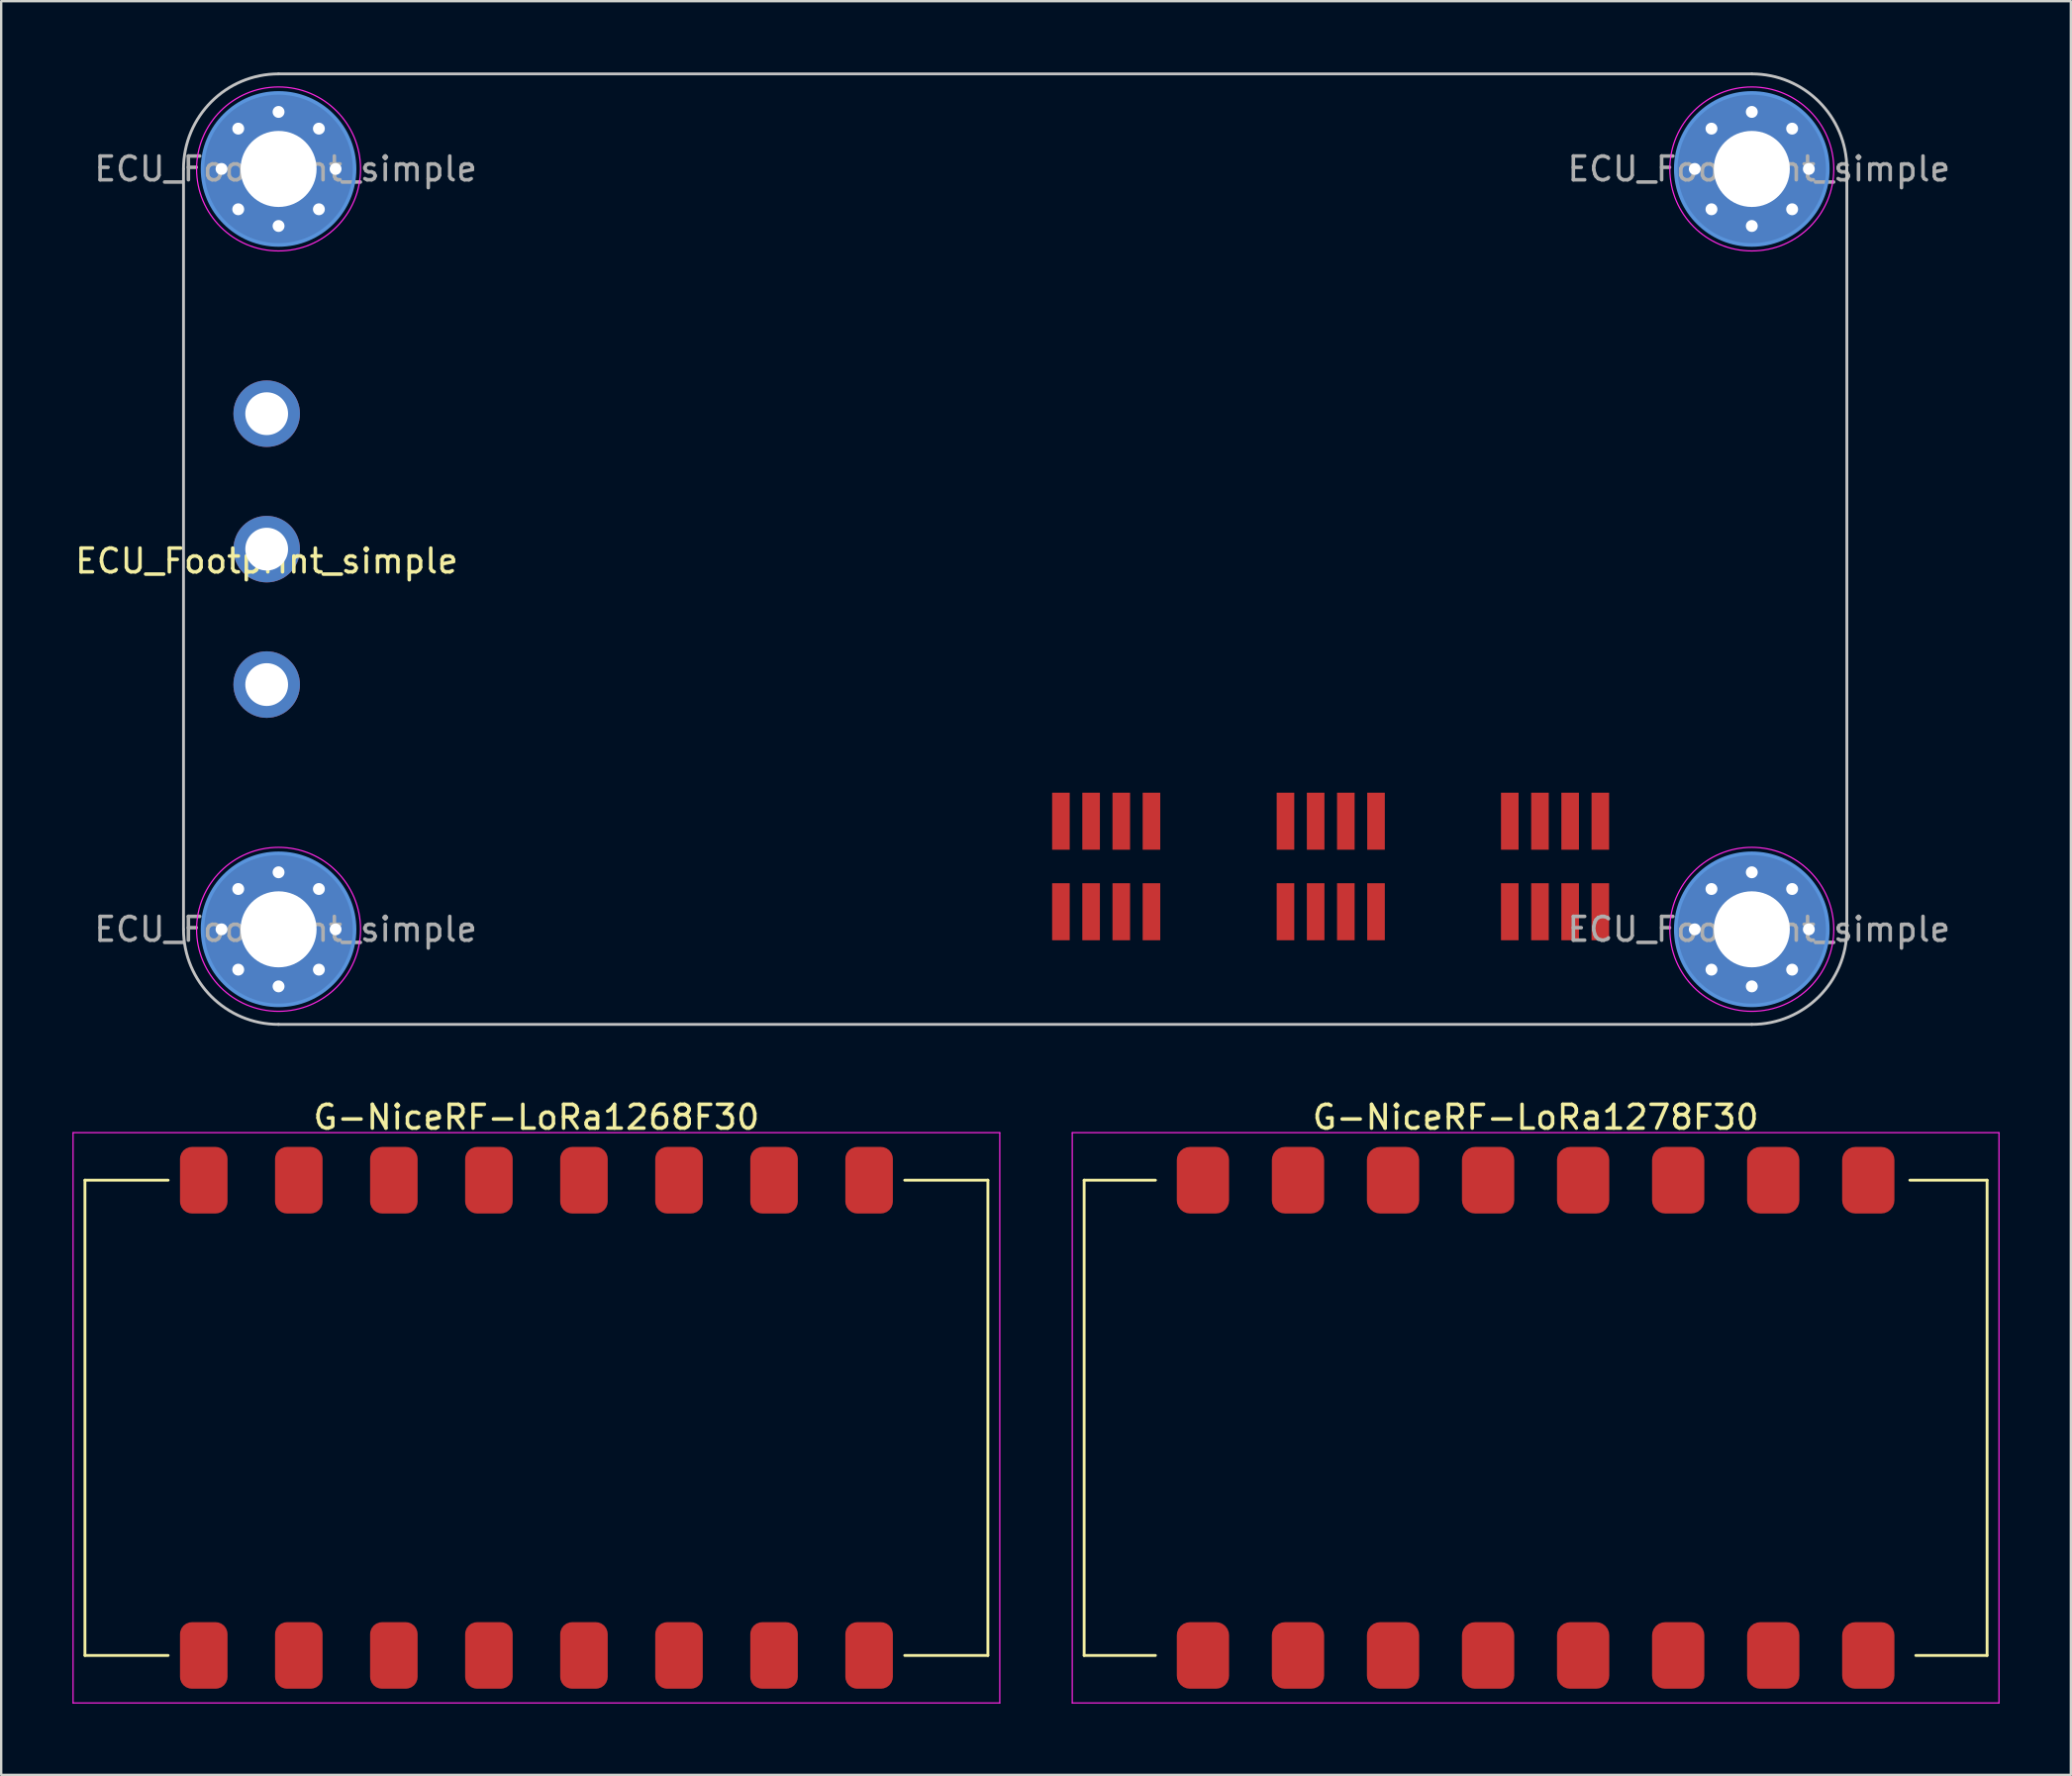
<source format=kicad_pcb>
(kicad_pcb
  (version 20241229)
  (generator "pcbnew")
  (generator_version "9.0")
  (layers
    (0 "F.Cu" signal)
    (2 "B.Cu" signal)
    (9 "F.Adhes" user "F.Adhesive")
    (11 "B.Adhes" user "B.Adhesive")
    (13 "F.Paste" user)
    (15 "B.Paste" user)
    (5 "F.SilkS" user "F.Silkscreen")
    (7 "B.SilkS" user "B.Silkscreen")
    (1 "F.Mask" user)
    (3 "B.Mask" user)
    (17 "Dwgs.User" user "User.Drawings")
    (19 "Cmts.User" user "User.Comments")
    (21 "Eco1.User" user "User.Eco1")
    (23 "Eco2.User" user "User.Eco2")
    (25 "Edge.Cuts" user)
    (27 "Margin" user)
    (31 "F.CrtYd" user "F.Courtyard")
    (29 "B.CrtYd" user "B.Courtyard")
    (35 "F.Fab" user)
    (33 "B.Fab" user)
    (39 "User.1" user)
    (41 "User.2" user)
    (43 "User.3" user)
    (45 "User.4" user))
  (footprint "ECU_Footprint_simple"
    (layer "F.Cu")
    (at 39.673 20.06)
    (property "Reference" "ECU_Footprint_simple" (at -31.5 0.5 0) (layer "F.SilkS") (effects (font (size 1 1) (thickness 0.15))))
    (attr through_hole)
    (fp_line (start -35 16) (end -35 -16) (stroke (width 0.12) (type solid)) (layer "Dwgs.User"))
    (fp_line (start -31 20) (end 31 20) (stroke (width 0.12) (type solid)) (layer "Dwgs.User"))
    (fp_line (start 31 -20) (end -31 -20) (stroke (width 0.12) (type solid)) (layer "Dwgs.User"))
    (fp_line (start 35 -16) (end 35 16) (stroke (width 0.12) (type solid)) (layer "Dwgs.User"))
    (fp_arc (start -35 -16) (mid -33.828427 -18.828427) (end -31 -20) (stroke (width 0.12) (type solid)) (layer "Dwgs.User"))
    (fp_arc (start -31 20) (mid -33.828427 18.828427) (end -35 16) (stroke (width 0.12) (type solid)) (layer "Dwgs.User"))
    (fp_arc (start 31 -20) (mid 33.828427 -18.828427) (end 35 -16) (stroke (width 0.12) (type solid)) (layer "Dwgs.User"))
    (fp_arc (start 35 16) (mid 33.828427 18.828427) (end 31 20) (stroke (width 0.12) (type solid)) (layer "Dwgs.User"))
    (fp_circle (center -31 -16) (end -27.8 -16) (stroke (width 0.15) (type solid)) (fill no) (layer "Cmts.User"))
    (fp_circle (center -31 16) (end -27.8 16) (stroke (width 0.15) (type solid)) (fill no) (layer "Cmts.User"))
    (fp_circle (center 31 -16) (end 34.2 -16) (stroke (width 0.15) (type solid)) (fill no) (layer "Cmts.User"))
    (fp_circle (center 31 16) (end 34.2 16) (stroke (width 0.15) (type solid)) (fill no) (layer "Cmts.User"))
    (fp_circle (center -31 -16) (end -27.55 -16) (stroke (width 0.05) (type solid)) (fill no) (layer "F.CrtYd"))
    (fp_circle (center -31 16) (end -27.55 16) (stroke (width 0.05) (type solid)) (fill no) (layer "F.CrtYd"))
    (fp_circle (center 31 -16) (end 34.45 -16) (stroke (width 0.05) (type solid)) (fill no) (layer "F.CrtYd"))
    (fp_circle (center 31 16) (end 34.45 16) (stroke (width 0.05) (type solid)) (fill no) (layer "F.CrtYd"))
    (fp_text user "${REFERENCE}" (at -30.7 -16 0) (layer "F.Fab") (effects (font (size 1 1) (thickness 0.15))))
    (fp_text user "${REFERENCE}" (at -30.7 16 0) (layer "F.Fab") (effects (font (size 1 1) (thickness 0.15))))
    (fp_text user "${REFERENCE}" (at 31.3 16 0) (layer "F.Fab") (effects (font (size 1 1) (thickness 0.15))))
    (fp_text user "${REFERENCE}" (at 31.3 -16 0) (layer "F.Fab") (effects (font (size 1 1) (thickness 0.15))))
    (pad "0" thru_hole circle (at -33.4 -16) (size 0.8 0.8) (drill 0.5) (layers "*.Cu" "*.Mask"))
    (pad "0" thru_hole circle (at -33.4 16) (size 0.8 0.8) (drill 0.5) (layers "*.Cu" "*.Mask"))
    (pad "0" thru_hole circle (at -32.697 -17.697) (size 0.8 0.8) (drill 0.5) (layers "*.Cu" "*.Mask"))
    (pad "0" thru_hole circle (at -32.697 -14.303) (size 0.8 0.8) (drill 0.5) (layers "*.Cu" "*.Mask"))
    (pad "0" thru_hole circle (at -32.697 14.303) (size 0.8 0.8) (drill 0.5) (layers "*.Cu" "*.Mask"))
    (pad "0" thru_hole circle (at -32.697 17.697) (size 0.8 0.8) (drill 0.5) (layers "*.Cu" "*.Mask"))
    (pad "0" thru_hole circle (at -31 -18.4) (size 0.8 0.8) (drill 0.5) (layers "*.Cu" "*.Mask"))
    (pad "0" thru_hole circle (at -31 -16) (size 6.4 6.4) (drill 3.2) (layers "*.Cu" "*.Mask"))
    (pad "0" thru_hole circle (at -31 -13.6) (size 0.8 0.8) (drill 0.5) (layers "*.Cu" "*.Mask"))
    (pad "0" thru_hole circle (at -31 13.6) (size 0.8 0.8) (drill 0.5) (layers "*.Cu" "*.Mask"))
    (pad "0" thru_hole circle (at -31 16) (size 6.4 6.4) (drill 3.2) (layers "*.Cu" "*.Mask"))
    (pad "0" thru_hole circle (at -31 18.4) (size 0.8 0.8) (drill 0.5) (layers "*.Cu" "*.Mask"))
    (pad "0" thru_hole circle (at -29.303 -17.697) (size 0.8 0.8) (drill 0.5) (layers "*.Cu" "*.Mask"))
    (pad "0" thru_hole circle (at -29.303 -14.303) (size 0.8 0.8) (drill 0.5) (layers "*.Cu" "*.Mask"))
    (pad "0" thru_hole circle (at -29.303 14.303) (size 0.8 0.8) (drill 0.5) (layers "*.Cu" "*.Mask"))
    (pad "0" thru_hole circle (at -29.303 17.697) (size 0.8 0.8) (drill 0.5) (layers "*.Cu" "*.Mask"))
    (pad "0" thru_hole circle (at -28.6 -16) (size 0.8 0.8) (drill 0.5) (layers "*.Cu" "*.Mask"))
    (pad "0" thru_hole circle (at -28.6 16) (size 0.8 0.8) (drill 0.5) (layers "*.Cu" "*.Mask"))
    (pad "0" thru_hole circle (at 28.6 -16) (size 0.8 0.8) (drill 0.5) (layers "*.Cu" "*.Mask"))
    (pad "0" thru_hole circle (at 28.6 16) (size 0.8 0.8) (drill 0.5) (layers "*.Cu" "*.Mask"))
    (pad "0" thru_hole circle (at 29.303 -17.697) (size 0.8 0.8) (drill 0.5) (layers "*.Cu" "*.Mask"))
    (pad "0" thru_hole circle (at 29.303 -14.303) (size 0.8 0.8) (drill 0.5) (layers "*.Cu" "*.Mask"))
    (pad "0" thru_hole circle (at 29.303 14.303) (size 0.8 0.8) (drill 0.5) (layers "*.Cu" "*.Mask"))
    (pad "0" thru_hole circle (at 29.303 17.697) (size 0.8 0.8) (drill 0.5) (layers "*.Cu" "*.Mask"))
    (pad "0" thru_hole circle (at 31 -18.4) (size 0.8 0.8) (drill 0.5) (layers "*.Cu" "*.Mask"))
    (pad "0" thru_hole circle (at 31 -16) (size 6.4 6.4) (drill 3.2) (layers "*.Cu" "*.Mask"))
    (pad "0" thru_hole circle (at 31 -13.6) (size 0.8 0.8) (drill 0.5) (layers "*.Cu" "*.Mask"))
    (pad "0" thru_hole circle (at 31 13.6) (size 0.8 0.8) (drill 0.5) (layers "*.Cu" "*.Mask"))
    (pad "0" thru_hole circle (at 31 16) (size 6.4 6.4) (drill 3.2) (layers "*.Cu" "*.Mask"))
    (pad "0" thru_hole circle (at 31 18.4) (size 0.8 0.8) (drill 0.5) (layers "*.Cu" "*.Mask"))
    (pad "0" thru_hole circle (at 32.697 -17.697) (size 0.8 0.8) (drill 0.5) (layers "*.Cu" "*.Mask"))
    (pad "0" thru_hole circle (at 32.697 -14.303) (size 0.8 0.8) (drill 0.5) (layers "*.Cu" "*.Mask"))
    (pad "0" thru_hole circle (at 32.697 14.303) (size 0.8 0.8) (drill 0.5) (layers "*.Cu" "*.Mask"))
    (pad "0" thru_hole circle (at 32.697 17.697) (size 0.8 0.8) (drill 0.5) (layers "*.Cu" "*.Mask"))
    (pad "0" thru_hole circle (at 33.4 -16) (size 0.8 0.8) (drill 0.5) (layers "*.Cu" "*.Mask"))
    (pad "0" thru_hole circle (at 33.4 16) (size 0.8 0.8) (drill 0.5) (layers "*.Cu" "*.Mask"))
    (pad "17" thru_hole circle (at -31.5 -5.7) (size 2.8 2.8) (drill 1.8) (layers "*.Cu" "*.Mask"))
    (pad "18" thru_hole circle (at -31.5 0) (size 2.8 2.8) (drill 1.8) (layers "*.Cu" "*.Mask"))
    (pad "19" thru_hole circle (at -31.5 5.7) (size 2.8 2.8) (drill 1.8) (layers "*.Cu" "*.Mask"))
    (pad "26" smd rect (at 24.625 11.45 90) (size 2.4 0.74) (layers "F.Cu" "F.Mask" "F.Paste"))
    (pad "27" smd rect (at 23.355 11.45 90) (size 2.4 0.74) (layers "F.Cu" "F.Mask" "F.Paste"))
    (pad "28" smd rect (at 22.085 11.45 90) (size 2.4 0.74) (layers "F.Cu" "F.Mask" "F.Paste"))
    (pad "29" smd rect (at 20.815 11.45 90) (size 2.4 0.74) (layers "F.Cu" "F.Mask" "F.Paste"))
    (pad "30" smd rect (at 15.185 11.45 90) (size 2.4 0.74) (layers "F.Cu" "F.Mask" "F.Paste"))
    (pad "31" smd rect (at 13.915 11.45 90) (size 2.4 0.74) (layers "F.Cu" "F.Mask" "F.Paste"))
    (pad "32" smd rect (at 12.645 11.45 90) (size 2.4 0.74) (layers "F.Cu" "F.Mask" "F.Paste"))
    (pad "33" smd rect (at 11.375 11.45 90) (size 2.4 0.74) (layers "F.Cu" "F.Mask" "F.Paste"))
    (pad "34" smd rect (at 5.735 11.45 90) (size 2.4 0.74) (layers "F.Cu" "F.Mask" "F.Paste"))
    (pad "35" smd rect (at 4.465 11.45 90) (size 2.4 0.74) (layers "F.Cu" "F.Mask" "F.Paste"))
    (pad "36" smd rect (at 3.195 11.45 90) (size 2.4 0.74) (layers "F.Cu" "F.Mask" "F.Paste"))
    (pad "37" smd rect (at 1.925 11.45 90) (size 2.4 0.74) (layers "F.Cu" "F.Mask" "F.Paste"))
    (pad "38" smd rect (at 20.815 15.26 90) (size 2.4 0.74) (layers "F.Cu" "F.Mask" "F.Paste"))
    (pad "39" smd rect (at 22.085 15.26 90) (size 2.4 0.74) (layers "F.Cu" "F.Mask" "F.Paste"))
    (pad "40" smd rect (at 23.355 15.26 90) (size 2.4 0.74) (layers "F.Cu" "F.Mask" "F.Paste"))
    (pad "41" smd rect (at 24.625 15.26 90) (size 2.4 0.74) (layers "F.Cu" "F.Mask" "F.Paste"))
    (pad "42" smd rect (at 11.375 15.26 90) (size 2.4 0.74) (layers "F.Cu" "F.Mask" "F.Paste"))
    (pad "43" smd rect (at 12.645 15.26 90) (size 2.4 0.74) (layers "F.Cu" "F.Mask" "F.Paste"))
    (pad "44" smd rect (at 13.915 15.26 90) (size 2.4 0.74) (layers "F.Cu" "F.Mask" "F.Paste"))
    (pad "45" smd rect (at 15.185 15.26 90) (size 2.4 0.74) (layers "F.Cu" "F.Mask" "F.Paste"))
    (pad "46" smd rect (at 1.925 15.26 90) (size 2.4 0.74) (layers "F.Cu" "F.Mask" "F.Paste"))
    (pad "47" smd rect (at 3.195 15.26 90) (size 2.4 0.74) (layers "F.Cu" "F.Mask" "F.Paste"))
    (pad "48" smd rect (at 4.465 15.26 90) (size 2.4 0.74) (layers "F.Cu" "F.Mask" "F.Paste"))
    (pad "49" smd rect (at 5.735 15.26 90) (size 2.4 0.74) (layers "F.Cu" "F.Mask" "F.Paste")))
  (footprint "G-NiceRF-LoRa1278F30"
    (layer "F.Cu")
    (at 61.575 56.618)
    (property "Reference" "G-NiceRF-LoRa1278F30" (at 0 -12.65 0) (layer "F.SilkS") (effects (font (size 1 1) (thickness 0.15))))
    (attr through_hole)
    (fp_line (start -19 -10) (end -19 10) (stroke (width 0.12) (type solid)) (layer "F.SilkS"))
    (fp_line (start -19 10) (end -16 10) (stroke (width 0.12) (type solid)) (layer "F.SilkS"))
    (fp_line (start -16 -10) (end -19 -10) (stroke (width 0.12) (type solid)) (layer "F.SilkS"))
    (fp_line (start 15.75 -10) (end 19 -10) (stroke (width 0.12) (type solid)) (layer "F.SilkS"))
    (fp_line (start 19 -10) (end 19 10) (stroke (width 0.12) (type solid)) (layer "F.SilkS"))
    (fp_line (start 19 10) (end 16 10) (stroke (width 0.12) (type solid)) (layer "F.SilkS"))
    (fp_line (start -19.5 -12) (end 19.5 -12) (stroke (width 0.05) (type solid)) (layer "F.CrtYd"))
    (fp_line (start -19.5 12) (end -19.5 -12) (stroke (width 0.05) (type solid)) (layer "F.CrtYd"))
    (fp_line (start 19.5 -12) (end 19.5 12) (stroke (width 0.05) (type solid)) (layer "F.CrtYd"))
    (fp_line (start 19.5 12) (end -19.5 12) (stroke (width 0.05) (type solid)) (layer "F.CrtYd"))
    (pad "1" smd roundrect (at -14 -10) (size 2.2 2.8) (layers "F.Cu" "F.Mask" "F.Paste") (roundrect_rratio 0.25))
    (pad "2" smd roundrect (at -10 -10) (size 2.2 2.8) (layers "F.Cu" "F.Mask" "F.Paste") (roundrect_rratio 0.25))
    (pad "3" smd roundrect (at -6 -10) (size 2.2 2.8) (layers "F.Cu" "F.Mask" "F.Paste") (roundrect_rratio 0.25))
    (pad "4" smd roundrect (at -2 -10) (size 2.2 2.8) (layers "F.Cu" "F.Mask" "F.Paste") (roundrect_rratio 0.25))
    (pad "5" smd roundrect (at 2 -10) (size 2.2 2.8) (layers "F.Cu" "F.Mask" "F.Paste") (roundrect_rratio 0.25))
    (pad "6" smd roundrect (at 6 -10) (size 2.2 2.8) (layers "F.Cu" "F.Mask" "F.Paste") (roundrect_rratio 0.25))
    (pad "7" smd roundrect (at 10 -10) (size 2.2 2.8) (layers "F.Cu" "F.Mask" "F.Paste") (roundrect_rratio 0.25))
    (pad "8" smd roundrect (at 14 -10) (size 2.2 2.8) (layers "F.Cu" "F.Mask" "F.Paste") (roundrect_rratio 0.25))
    (pad "9" smd roundrect (at 14 10) (size 2.2 2.8) (layers "F.Cu" "F.Mask" "F.Paste") (roundrect_rratio 0.25))
    (pad "10" smd roundrect (at 10 10) (size 2.2 2.8) (layers "F.Cu" "F.Mask" "F.Paste") (roundrect_rratio 0.25))
    (pad "11" smd roundrect (at 6 10) (size 2.2 2.8) (layers "F.Cu" "F.Mask" "F.Paste") (roundrect_rratio 0.25))
    (pad "12" smd roundrect (at 2 10) (size 2.2 2.8) (layers "F.Cu" "F.Mask" "F.Paste") (roundrect_rratio 0.25))
    (pad "13" smd roundrect (at -2 10) (size 2.2 2.8) (layers "F.Cu" "F.Mask" "F.Paste") (roundrect_rratio 0.25))
    (pad "14" smd roundrect (at -6 10) (size 2.2 2.8) (layers "F.Cu" "F.Mask" "F.Paste") (roundrect_rratio 0.25))
    (pad "15" smd roundrect (at -10 10) (size 2.2 2.8) (layers "F.Cu" "F.Mask" "F.Paste") (roundrect_rratio 0.25))
    (pad "16" smd roundrect (at -14 10) (size 2.2 2.8) (layers "F.Cu" "F.Mask" "F.Paste") (roundrect_rratio 0.25)))
  (footprint "G-NiceRF-LoRa1268F30"
    (layer "F.Cu")
    (at 19.525 56.618)
    (property "Reference" "G-NiceRF-LoRa1268F30" (at 0 -12.65 0) (layer "F.SilkS") (effects (font (size 1 1) (thickness 0.15))))
    (attr through_hole)
    (fp_line (start -19 -10) (end -19 10) (stroke (width 0.12) (type solid)) (layer "F.SilkS"))
    (fp_line (start -19 -10) (end -15.5 -10) (stroke (width 0.12) (type solid)) (layer "F.SilkS"))
    (fp_line (start -19 10) (end -15.5 10) (stroke (width 0.12) (type solid)) (layer "F.SilkS"))
    (fp_line (start 15.5 -10) (end 19 -10) (stroke (width 0.12) (type solid)) (layer "F.SilkS"))
    (fp_line (start 19 -10) (end 19 10) (stroke (width 0.12) (type solid)) (layer "F.SilkS"))
    (fp_line (start 19 10) (end 15.5 10) (stroke (width 0.12) (type solid)) (layer "F.SilkS"))
    (fp_line (start -19.5 -12) (end 19.5 -12) (stroke (width 0.05) (type solid)) (layer "F.CrtYd"))
    (fp_line (start -19.5 12) (end -19.5 -12) (stroke (width 0.05) (type solid)) (layer "F.CrtYd"))
    (fp_line (start 19.5 -12) (end 19.5 12) (stroke (width 0.05) (type solid)) (layer "F.CrtYd"))
    (fp_line (start 19.5 12) (end -19.5 12) (stroke (width 0.05) (type solid)) (layer "F.CrtYd"))
    (pad "1" smd roundrect (at -14 -10) (size 2 2.8) (layers "F.Cu" "F.Mask" "F.Paste") (roundrect_rratio 0.25))
    (pad "2" smd roundrect (at -10 -10) (size 2 2.8) (layers "F.Cu" "F.Mask" "F.Paste") (roundrect_rratio 0.25))
    (pad "3" smd roundrect (at -6 -10) (size 2 2.8) (layers "F.Cu" "F.Mask" "F.Paste") (roundrect_rratio 0.25))
    (pad "4" smd roundrect (at -2 -10) (size 2 2.8) (layers "F.Cu" "F.Mask" "F.Paste") (roundrect_rratio 0.25))
    (pad "5" smd roundrect (at 2 -10) (size 2 2.8) (layers "F.Cu" "F.Mask" "F.Paste") (roundrect_rratio 0.25))
    (pad "6" smd roundrect (at 6 -10) (size 2 2.8) (layers "F.Cu" "F.Mask" "F.Paste") (roundrect_rratio 0.25))
    (pad "7" smd roundrect (at 10 -10) (size 2 2.8) (layers "F.Cu" "F.Mask" "F.Paste") (roundrect_rratio 0.25))
    (pad "8" smd roundrect (at 14 -10) (size 2 2.8) (layers "F.Cu" "F.Mask" "F.Paste") (roundrect_rratio 0.25))
    (pad "9" smd roundrect (at 14 10) (size 2 2.8) (layers "F.Cu" "F.Mask" "F.Paste") (roundrect_rratio 0.25))
    (pad "10" smd roundrect (at 10 10) (size 2 2.8) (layers "F.Cu" "F.Mask" "F.Paste") (roundrect_rratio 0.25))
    (pad "11" smd roundrect (at 6 10) (size 2 2.8) (layers "F.Cu" "F.Mask" "F.Paste") (roundrect_rratio 0.25))
    (pad "12" smd roundrect (at 2 10) (size 2 2.8) (layers "F.Cu" "F.Mask" "F.Paste") (roundrect_rratio 0.25))
    (pad "13" smd roundrect (at -2 10) (size 2 2.8) (layers "F.Cu" "F.Mask" "F.Paste") (roundrect_rratio 0.25))
    (pad "14" smd roundrect (at -6 10) (size 2 2.8) (layers "F.Cu" "F.Mask" "F.Paste") (roundrect_rratio 0.25))
    (pad "15" smd roundrect (at -10 10) (size 2 2.8) (layers "F.Cu" "F.Mask" "F.Paste") (roundrect_rratio 0.25))
    (pad "16" smd roundrect (at -14 10) (size 2 2.8) (layers "F.Cu" "F.Mask" "F.Paste") (roundrect_rratio 0.25)))
  (gr_rect
    (start -3 -3)
    (end 84.1 71.643)
    (stroke (width 0.1) (type default))
    (fill no)
    (layer "Edge.Cuts")))
</source>
